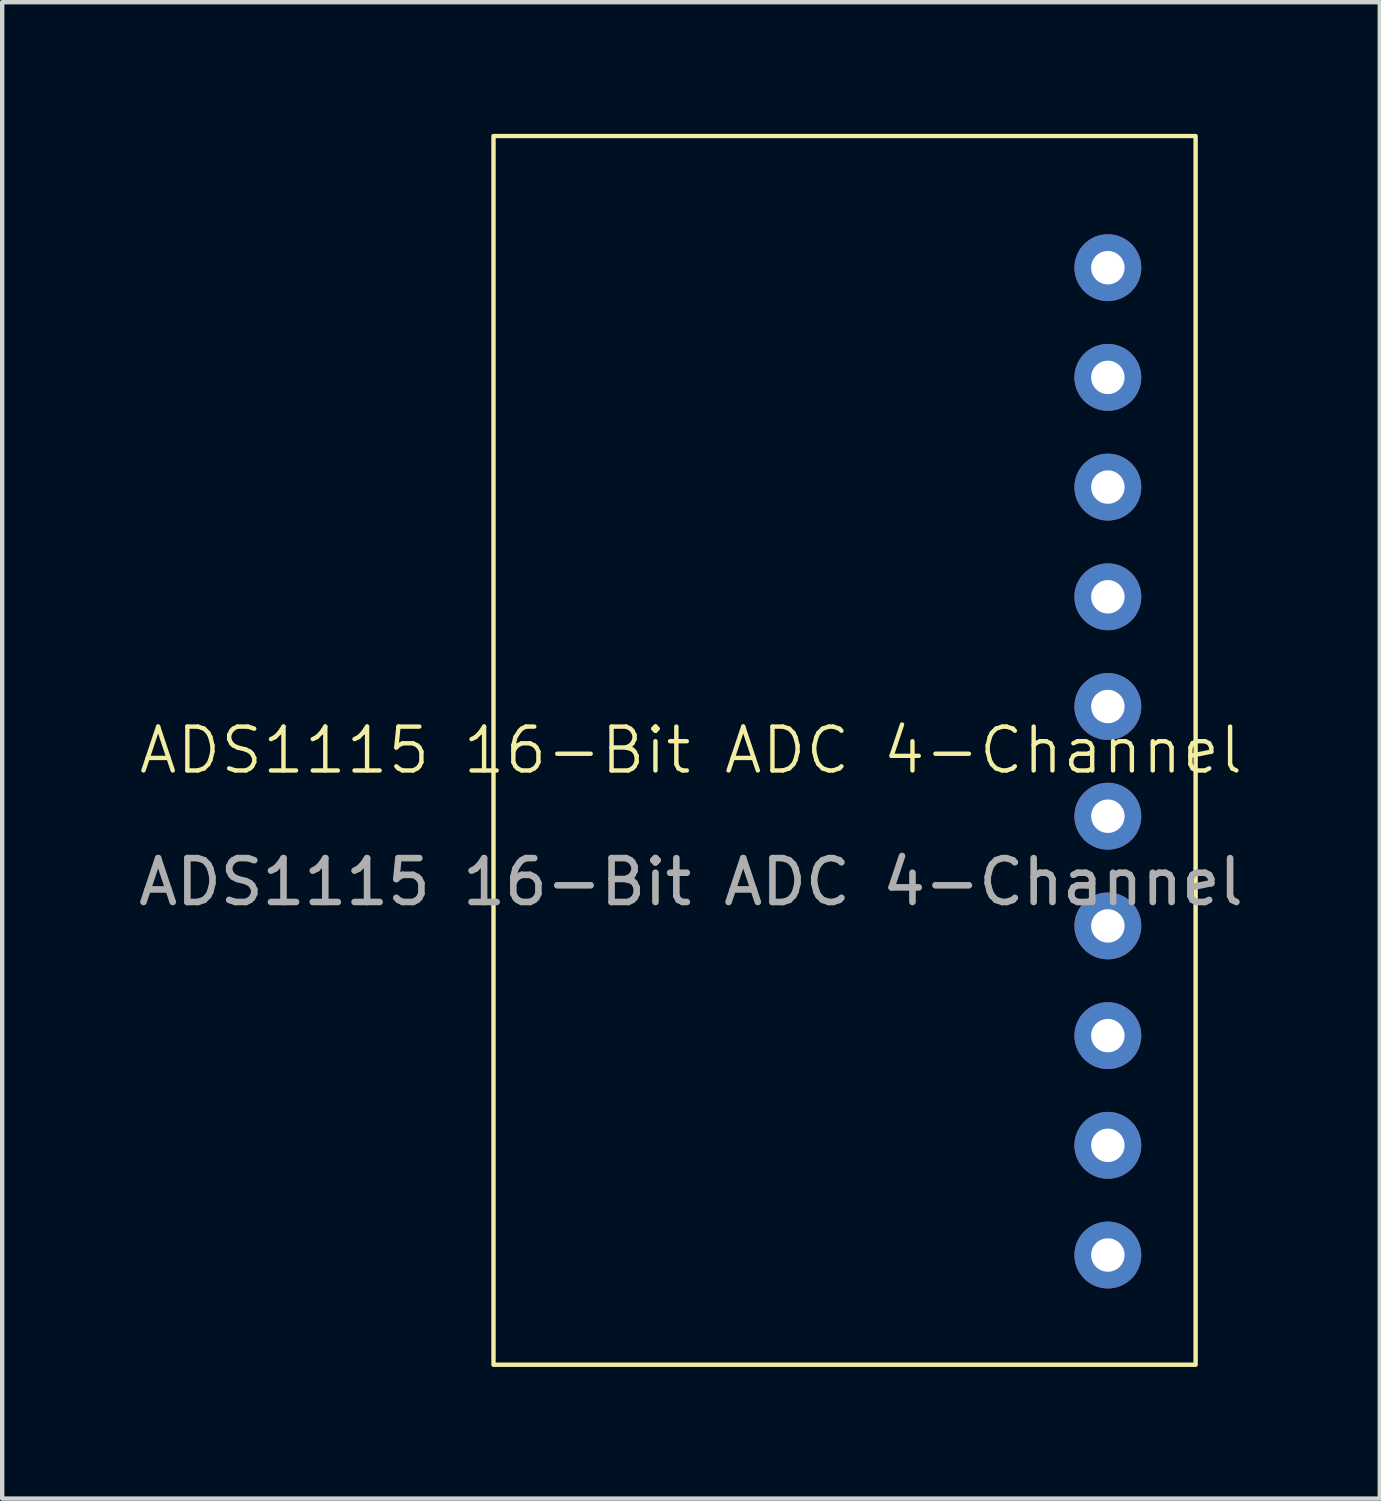
<source format=kicad_pcb>
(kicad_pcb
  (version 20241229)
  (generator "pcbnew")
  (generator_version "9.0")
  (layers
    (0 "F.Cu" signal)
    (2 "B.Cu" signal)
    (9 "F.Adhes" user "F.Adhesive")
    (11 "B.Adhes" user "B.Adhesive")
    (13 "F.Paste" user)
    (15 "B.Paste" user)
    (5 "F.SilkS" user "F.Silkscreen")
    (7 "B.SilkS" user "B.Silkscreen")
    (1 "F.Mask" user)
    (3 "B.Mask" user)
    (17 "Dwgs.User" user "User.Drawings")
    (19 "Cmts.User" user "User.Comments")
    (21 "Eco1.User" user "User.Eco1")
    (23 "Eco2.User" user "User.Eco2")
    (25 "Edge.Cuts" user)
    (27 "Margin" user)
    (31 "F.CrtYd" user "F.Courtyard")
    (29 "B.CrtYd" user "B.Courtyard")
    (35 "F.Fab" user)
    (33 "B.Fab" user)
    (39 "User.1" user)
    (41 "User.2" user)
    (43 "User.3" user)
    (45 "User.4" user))
  (footprint "ADS1115 16-Bit ADC 4-Channel"
    (layer "F.Cu")
    (at 17.196 14.55)
    (property "Reference" "ADS1115 16-Bit ADC 4-Channel" (at -4.5 -0.5 0) (unlocked yes) (layer "F.SilkS") (effects (font (size 1 1) (thickness 0.1))))
    (attr through_hole)
    (fp_rect (start -9 -14.5) (end 7 13.5) (stroke (width 0.1) (type default)) (fill no) (layer "F.SilkS"))
    (fp_text user "${REFERENCE}" (at -4.5 2.5 0) (unlocked yes) (layer "F.Fab") (effects (font (size 1 1) (thickness 0.15))))
    (pad "1" thru_hole circle (at 5 -11.5) (size 1.524 1.524) (drill 0.762) (layers "*.Cu" "*.Mask"))
    (pad "2" thru_hole circle (at 5 -9) (size 1.524 1.524) (drill 0.762) (layers "*.Cu" "*.Mask"))
    (pad "3" thru_hole circle (at 5 -6.5) (size 1.524 1.524) (drill 0.762) (layers "*.Cu" "*.Mask"))
    (pad "4" thru_hole circle (at 5 -4) (size 1.524 1.524) (drill 0.762) (layers "*.Cu" "*.Mask"))
    (pad "5" thru_hole circle (at 5 -1.5) (size 1.524 1.524) (drill 0.762) (layers "*.Cu" "*.Mask"))
    (pad "6" thru_hole circle (at 5 1) (size 1.524 1.524) (drill 0.762) (layers "*.Cu" "*.Mask"))
    (pad "7" thru_hole circle (at 5 3.5) (size 1.524 1.524) (drill 0.762) (layers "*.Cu" "*.Mask"))
    (pad "8" thru_hole circle (at 5 6) (size 1.524 1.524) (drill 0.762) (layers "*.Cu" "*.Mask"))
    (pad "9" thru_hole circle (at 5 8.5) (size 1.524 1.524) (drill 0.762) (layers "*.Cu" "*.Mask"))
    (pad "10" thru_hole circle (at 5 11) (size 1.524 1.524) (drill 0.762) (layers "*.Cu" "*.Mask")))
  (gr_rect
    (start -3 -3)
    (end 28.393 31.1)
    (stroke (width 0.1) (type default))
    (fill no)
    (layer "Edge.Cuts")))
</source>
